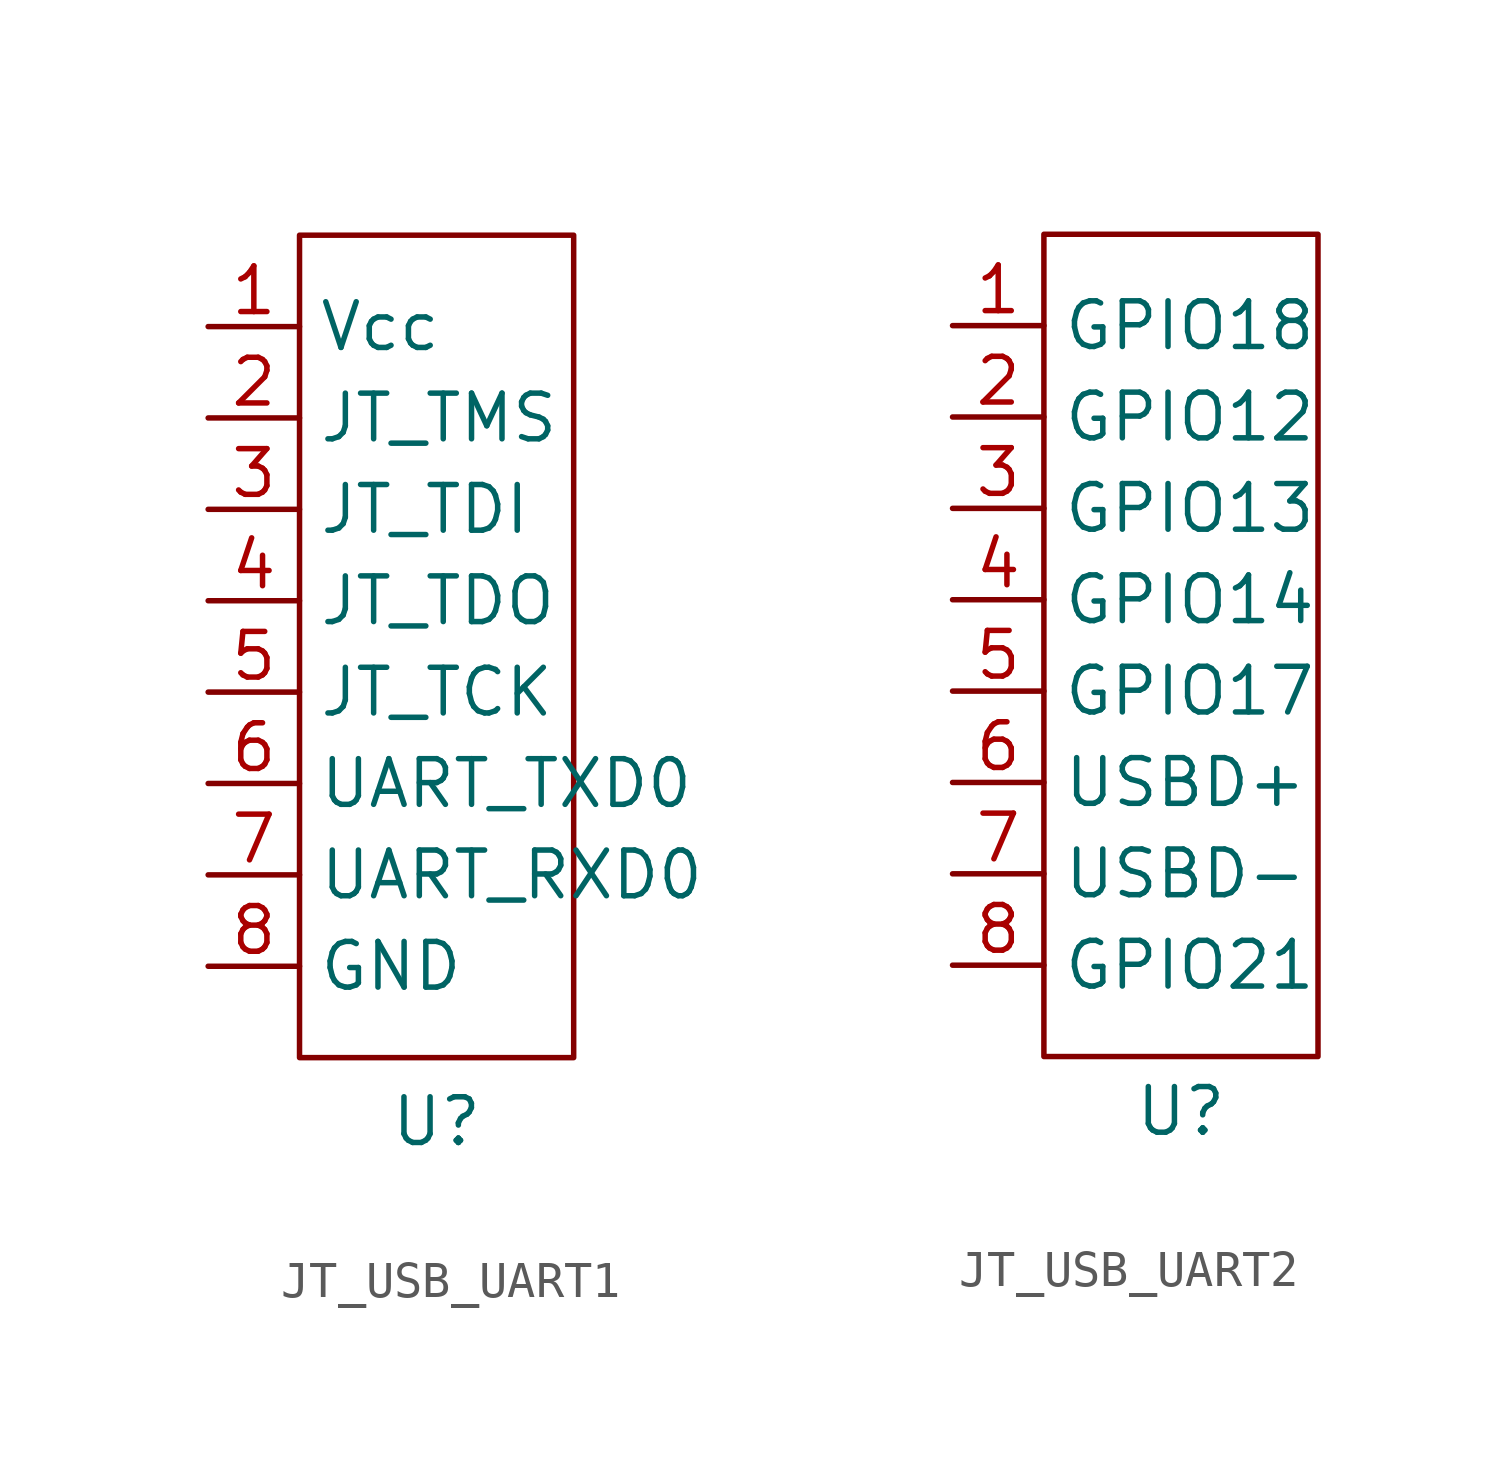
<source format=kicad_sym>
(kicad_symbol_lib
  (version 20231120)
  (generator "kicad_symbol_editor")
  (generator_version "8.0")
  (symbol "JT_USB_UART1"
    (property "Reference" "U"
      (at 0 -13.208 0)
      (effects (font (size 1.27 1.27))))
    (property "Value" ""
      (at 0 -1.27 0)
      (effects (font (size 1.27 1.27))))
    (symbol "JT_USB_UART1_0_1"
      (rectangle (start -3.81 11.43) (end 3.81 -11.43) (stroke (width 0) (type default)) (fill (type none))))
    (symbol "JT_USB_UART1_1_1"
      (pin bidirectional line (at -6.35 8.89 0) (length 2.54) (name "Vcc" (effects (font (size 1.27 1.27)))) (number "1" (effects (font (size 1.27 1.27)))))
      (pin bidirectional line (at -6.35 6.35 0) (length 2.54) (name "JT_TMS" (effects (font (size 1.27 1.27)))) (number "2" (effects (font (size 1.27 1.27)))))
      (pin bidirectional line (at -6.35 3.81 0) (length 2.54) (name "JT_TDI" (effects (font (size 1.27 1.27)))) (number "3" (effects (font (size 1.27 1.27)))))
      (pin bidirectional line (at -6.35 1.27 0) (length 2.54) (name "JT_TDO" (effects (font (size 1.27 1.27)))) (number "4" (effects (font (size 1.27 1.27)))))
      (pin bidirectional line (at -6.35 -1.27 0) (length 2.54) (name "JT_TCK" (effects (font (size 1.27 1.27)))) (number "5" (effects (font (size 1.27 1.27)))))
      (pin bidirectional line (at -6.35 -3.81 0) (length 2.54) (name "UART_TXD0" (effects (font (size 1.27 1.27)))) (number "6" (effects (font (size 1.27 1.27)))))
      (pin bidirectional line (at -6.35 -6.35 0) (length 2.54) (name "UART_RXD0" (effects (font (size 1.27 1.27)))) (number "7" (effects (font (size 1.27 1.27)))))
      (pin bidirectional line (at -6.35 -8.89 0) (length 2.54) (name "GND" (effects (font (size 1.27 1.27)))) (number "8" (effects (font (size 1.27 1.27)))))))
  (symbol "JT_USB_UART2"
    (property "Reference" "U"
      (at 0 -12.954 0)
      (effects (font (size 1.27 1.27))))
    (property "Value" ""
      (at 0 -12.7 0)
      (effects (font (size 1.27 1.27))))
    (symbol "JT_USB_UART2_0_1"
      (rectangle (start -3.81 11.43) (end 3.81 -11.43) (stroke (width 0) (type default)) (fill (type none))))
    (symbol "JT_USB_UART2_1_1"
      (pin bidirectional line (at -6.35 8.89 0) (length 2.54) (name "GPIO18" (effects (font (size 1.27 1.27)))) (number "1" (effects (font (size 1.27 1.27)))))
      (pin bidirectional line (at -6.35 6.35 0) (length 2.54) (name "GPIO12" (effects (font (size 1.27 1.27)))) (number "2" (effects (font (size 1.27 1.27)))))
      (pin bidirectional line (at -6.35 3.81 0) (length 2.54) (name "GPIO13" (effects (font (size 1.27 1.27)))) (number "3" (effects (font (size 1.27 1.27)))))
      (pin bidirectional line (at -6.35 1.27 0) (length 2.54) (name "GPIO14" (effects (font (size 1.27 1.27)))) (number "4" (effects (font (size 1.27 1.27)))))
      (pin bidirectional line (at -6.35 -1.27 0) (length 2.54) (name "GPIO17" (effects (font (size 1.27 1.27)))) (number "5" (effects (font (size 1.27 1.27)))))
      (pin bidirectional line (at -6.35 -3.81 0) (length 2.54) (name "USBD+" (effects (font (size 1.27 1.27)))) (number "6" (effects (font (size 1.27 1.27)))))
      (pin bidirectional line (at -6.35 -6.35 0) (length 2.54) (name "USBD-" (effects (font (size 1.27 1.27)))) (number "7" (effects (font (size 1.27 1.27)))))
      (pin bidirectional line (at -6.35 -8.89 0) (length 2.54) (name "GPIO21" (effects (font (size 1.27 1.27)))) (number "8" (effects (font (size 1.27 1.27))))))))
</source>
